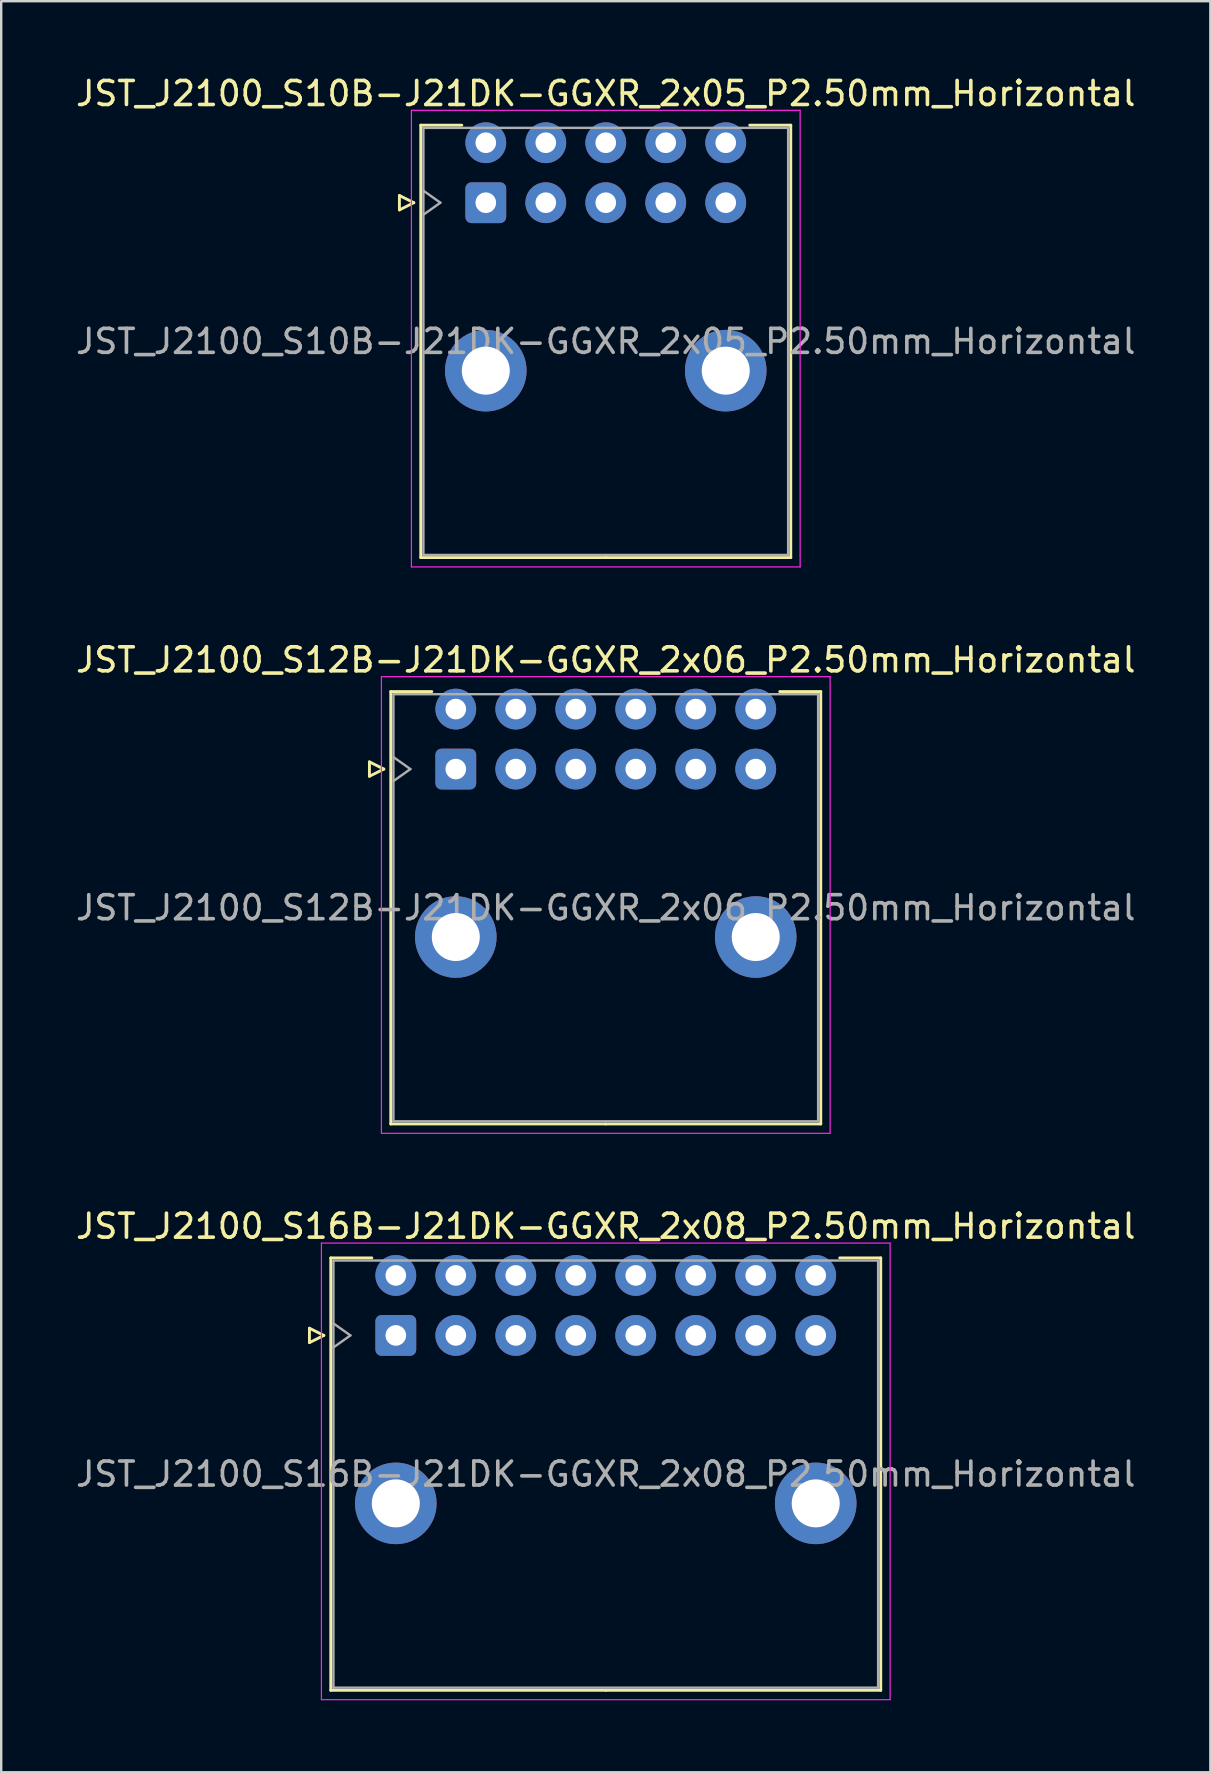
<source format=kicad_pcb>
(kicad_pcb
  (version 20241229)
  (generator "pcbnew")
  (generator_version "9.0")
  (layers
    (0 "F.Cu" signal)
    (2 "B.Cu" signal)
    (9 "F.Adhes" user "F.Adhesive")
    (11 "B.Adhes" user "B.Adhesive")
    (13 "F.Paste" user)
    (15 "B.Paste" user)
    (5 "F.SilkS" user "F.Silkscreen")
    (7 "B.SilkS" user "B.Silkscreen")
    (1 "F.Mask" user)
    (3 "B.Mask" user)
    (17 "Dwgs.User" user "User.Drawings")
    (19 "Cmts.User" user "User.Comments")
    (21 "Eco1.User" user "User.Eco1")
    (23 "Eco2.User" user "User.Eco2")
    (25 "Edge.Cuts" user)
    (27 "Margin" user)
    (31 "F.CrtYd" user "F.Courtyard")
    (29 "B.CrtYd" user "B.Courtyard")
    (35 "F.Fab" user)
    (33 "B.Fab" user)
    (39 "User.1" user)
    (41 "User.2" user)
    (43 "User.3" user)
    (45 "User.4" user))
  (footprint "JST_J2100_S16B-J21DK-GGXR_2x08_P2.50mm_Horizontal"
    (layer "F.Cu")
    (at 13.446 52.605)
    (property "Reference" "JST_J2100_S16B-J21DK-GGXR_2x08_P2.50mm_Horizontal" (at 8.75 -4.55 0) (layer "F.SilkS") (effects (font (size 1 1) (thickness 0.15))))
    (attr through_hole)
    (fp_line (start -3.6 -0.3) (end -3 0) (stroke (width 0.12) (type solid)) (layer "F.SilkS"))
    (fp_line (start -3.6 0.3) (end -3.6 -0.3) (stroke (width 0.12) (type solid)) (layer "F.SilkS"))
    (fp_line (start -3 0) (end -3.6 0.3) (stroke (width 0.12) (type solid)) (layer "F.SilkS"))
    (fp_line (start -2.71 -3.23) (end -2.71 14.79) (stroke (width 0.12) (type solid)) (layer "F.SilkS"))
    (fp_line (start -2.71 14.79) (end 8.75 14.79) (stroke (width 0.12) (type solid)) (layer "F.SilkS"))
    (fp_line (start -1 -3.23) (end -2.71 -3.23) (stroke (width 0.12) (type solid)) (layer "F.SilkS"))
    (fp_line (start 18.5 -3.23) (end 20.21 -3.23) (stroke (width 0.12) (type solid)) (layer "F.SilkS"))
    (fp_line (start 20.21 -3.23) (end 20.21 14.79) (stroke (width 0.12) (type solid)) (layer "F.SilkS"))
    (fp_line (start 20.21 14.79) (end 8.75 14.79) (stroke (width 0.12) (type solid)) (layer "F.SilkS"))
    (fp_line (start -3.1 -3.85) (end -3.1 15.18) (stroke (width 0.05) (type solid)) (layer "F.CrtYd"))
    (fp_line (start -3.1 15.18) (end 20.6 15.18) (stroke (width 0.05) (type solid)) (layer "F.CrtYd"))
    (fp_line (start 20.6 -3.85) (end -3.1 -3.85) (stroke (width 0.05) (type solid)) (layer "F.CrtYd"))
    (fp_line (start 20.6 15.18) (end 20.6 -3.85) (stroke (width 0.05) (type solid)) (layer "F.CrtYd"))
    (fp_line (start -2.6 -3.12) (end -2.6 14.68) (stroke (width 0.1) (type solid)) (layer "F.Fab"))
    (fp_line (start -2.6 0.5) (end -1.893 0) (stroke (width 0.1) (type solid)) (layer "F.Fab"))
    (fp_line (start -2.6 14.68) (end 20.1 14.68) (stroke (width 0.1) (type solid)) (layer "F.Fab"))
    (fp_line (start -1.893 0) (end -2.6 -0.5) (stroke (width 0.1) (type solid)) (layer "F.Fab"))
    (fp_line (start 20.1 -3.12) (end -2.6 -3.12) (stroke (width 0.1) (type solid)) (layer "F.Fab"))
    (fp_line (start 20.1 14.68) (end 20.1 -3.12) (stroke (width 0.1) (type solid)) (layer "F.Fab"))
    (fp_text user "${REFERENCE}" (at 8.75 5.78 0) (layer "F.Fab") (effects (font (size 1 1) (thickness 0.15))))
    (pad "" thru_hole circle (at 0 7) (size 3.4 3.4) (drill 2) (layers "*.Cu" "*.Mask"))
    (pad "" thru_hole circle (at 17.5 7) (size 3.4 3.4) (drill 2) (layers "*.Cu" "*.Mask"))
    (pad "1" thru_hole roundrect (at 0 0) (size 1.7 1.7) (drill 0.86) (layers "*.Cu" "*.Mask") (roundrect_rratio 0.147))
    (pad "2" thru_hole circle (at 2.5 0) (size 1.7 1.7) (drill 0.86) (layers "*.Cu" "*.Mask"))
    (pad "3" thru_hole circle (at 5 0) (size 1.7 1.7) (drill 0.86) (layers "*.Cu" "*.Mask"))
    (pad "4" thru_hole circle (at 7.5 0) (size 1.7 1.7) (drill 0.86) (layers "*.Cu" "*.Mask"))
    (pad "5" thru_hole circle (at 10 0) (size 1.7 1.7) (drill 0.86) (layers "*.Cu" "*.Mask"))
    (pad "6" thru_hole circle (at 12.5 0) (size 1.7 1.7) (drill 0.86) (layers "*.Cu" "*.Mask"))
    (pad "7" thru_hole circle (at 15 0) (size 1.7 1.7) (drill 0.86) (layers "*.Cu" "*.Mask"))
    (pad "8" thru_hole circle (at 17.5 0) (size 1.7 1.7) (drill 0.86) (layers "*.Cu" "*.Mask"))
    (pad "9" thru_hole circle (at 0 -2.5) (size 1.7 1.7) (drill 0.86) (layers "*.Cu" "*.Mask"))
    (pad "10" thru_hole circle (at 2.5 -2.5) (size 1.7 1.7) (drill 0.86) (layers "*.Cu" "*.Mask"))
    (pad "11" thru_hole circle (at 5 -2.5) (size 1.7 1.7) (drill 0.86) (layers "*.Cu" "*.Mask"))
    (pad "12" thru_hole circle (at 7.5 -2.5) (size 1.7 1.7) (drill 0.86) (layers "*.Cu" "*.Mask"))
    (pad "13" thru_hole circle (at 10 -2.5) (size 1.7 1.7) (drill 0.86) (layers "*.Cu" "*.Mask"))
    (pad "14" thru_hole circle (at 12.5 -2.5) (size 1.7 1.7) (drill 0.86) (layers "*.Cu" "*.Mask"))
    (pad "15" thru_hole circle (at 15 -2.5) (size 1.7 1.7) (drill 0.86) (layers "*.Cu" "*.Mask"))
    (pad "16" thru_hole circle (at 17.5 -2.5) (size 1.7 1.7) (drill 0.86) (layers "*.Cu" "*.Mask")))
  (footprint "JST_J2100_S10B-J21DK-GGXR_2x05_P2.50mm_Horizontal"
    (layer "F.Cu")
    (at 17.196 5.398)
    (property "Reference" "JST_J2100_S10B-J21DK-GGXR_2x05_P2.50mm_Horizontal" (at 5 -4.55 0) (layer "F.SilkS") (effects (font (size 1 1) (thickness 0.15))))
    (attr through_hole)
    (fp_line (start -3.6 -0.3) (end -3 0) (stroke (width 0.12) (type solid)) (layer "F.SilkS"))
    (fp_line (start -3.6 0.3) (end -3.6 -0.3) (stroke (width 0.12) (type solid)) (layer "F.SilkS"))
    (fp_line (start -3 0) (end -3.6 0.3) (stroke (width 0.12) (type solid)) (layer "F.SilkS"))
    (fp_line (start -2.71 -3.23) (end -2.71 14.79) (stroke (width 0.12) (type solid)) (layer "F.SilkS"))
    (fp_line (start -2.71 14.79) (end 5 14.79) (stroke (width 0.12) (type solid)) (layer "F.SilkS"))
    (fp_line (start -1 -3.23) (end -2.71 -3.23) (stroke (width 0.12) (type solid)) (layer "F.SilkS"))
    (fp_line (start 11 -3.23) (end 12.71 -3.23) (stroke (width 0.12) (type solid)) (layer "F.SilkS"))
    (fp_line (start 12.71 -3.23) (end 12.71 14.79) (stroke (width 0.12) (type solid)) (layer "F.SilkS"))
    (fp_line (start 12.71 14.79) (end 5 14.79) (stroke (width 0.12) (type solid)) (layer "F.SilkS"))
    (fp_line (start -3.1 -3.85) (end -3.1 15.18) (stroke (width 0.05) (type solid)) (layer "F.CrtYd"))
    (fp_line (start -3.1 15.18) (end 13.1 15.18) (stroke (width 0.05) (type solid)) (layer "F.CrtYd"))
    (fp_line (start 13.1 -3.85) (end -3.1 -3.85) (stroke (width 0.05) (type solid)) (layer "F.CrtYd"))
    (fp_line (start 13.1 15.18) (end 13.1 -3.85) (stroke (width 0.05) (type solid)) (layer "F.CrtYd"))
    (fp_line (start -2.6 -3.12) (end -2.6 14.68) (stroke (width 0.1) (type solid)) (layer "F.Fab"))
    (fp_line (start -2.6 0.5) (end -1.893 0) (stroke (width 0.1) (type solid)) (layer "F.Fab"))
    (fp_line (start -2.6 14.68) (end 12.6 14.68) (stroke (width 0.1) (type solid)) (layer "F.Fab"))
    (fp_line (start -1.893 0) (end -2.6 -0.5) (stroke (width 0.1) (type solid)) (layer "F.Fab"))
    (fp_line (start 12.6 -3.12) (end -2.6 -3.12) (stroke (width 0.1) (type solid)) (layer "F.Fab"))
    (fp_line (start 12.6 14.68) (end 12.6 -3.12) (stroke (width 0.1) (type solid)) (layer "F.Fab"))
    (fp_text user "${REFERENCE}" (at 5 5.78 0) (layer "F.Fab") (effects (font (size 1 1) (thickness 0.15))))
    (pad "" thru_hole circle (at 0 7) (size 3.4 3.4) (drill 2) (layers "*.Cu" "*.Mask"))
    (pad "" thru_hole circle (at 10 7) (size 3.4 3.4) (drill 2) (layers "*.Cu" "*.Mask"))
    (pad "1" thru_hole roundrect (at 0 0) (size 1.7 1.7) (drill 0.86) (layers "*.Cu" "*.Mask") (roundrect_rratio 0.147))
    (pad "2" thru_hole circle (at 2.5 0) (size 1.7 1.7) (drill 0.86) (layers "*.Cu" "*.Mask"))
    (pad "3" thru_hole circle (at 5 0) (size 1.7 1.7) (drill 0.86) (layers "*.Cu" "*.Mask"))
    (pad "4" thru_hole circle (at 7.5 0) (size 1.7 1.7) (drill 0.86) (layers "*.Cu" "*.Mask"))
    (pad "5" thru_hole circle (at 10 0) (size 1.7 1.7) (drill 0.86) (layers "*.Cu" "*.Mask"))
    (pad "6" thru_hole circle (at 0 -2.5) (size 1.7 1.7) (drill 0.86) (layers "*.Cu" "*.Mask"))
    (pad "7" thru_hole circle (at 2.5 -2.5) (size 1.7 1.7) (drill 0.86) (layers "*.Cu" "*.Mask"))
    (pad "8" thru_hole circle (at 5 -2.5) (size 1.7 1.7) (drill 0.86) (layers "*.Cu" "*.Mask"))
    (pad "9" thru_hole circle (at 7.5 -2.5) (size 1.7 1.7) (drill 0.86) (layers "*.Cu" "*.Mask"))
    (pad "10" thru_hole circle (at 10 -2.5) (size 1.7 1.7) (drill 0.86) (layers "*.Cu" "*.Mask")))
  (footprint "JST_J2100_S12B-J21DK-GGXR_2x06_P2.50mm_Horizontal"
    (layer "F.Cu")
    (at 15.946 29.002)
    (property "Reference" "JST_J2100_S12B-J21DK-GGXR_2x06_P2.50mm_Horizontal" (at 6.25 -4.55 0) (layer "F.SilkS") (effects (font (size 1 1) (thickness 0.15))))
    (attr through_hole)
    (fp_line (start -3.6 -0.3) (end -3 0) (stroke (width 0.12) (type solid)) (layer "F.SilkS"))
    (fp_line (start -3.6 0.3) (end -3.6 -0.3) (stroke (width 0.12) (type solid)) (layer "F.SilkS"))
    (fp_line (start -3 0) (end -3.6 0.3) (stroke (width 0.12) (type solid)) (layer "F.SilkS"))
    (fp_line (start -2.71 -3.23) (end -2.71 14.79) (stroke (width 0.12) (type solid)) (layer "F.SilkS"))
    (fp_line (start -2.71 14.79) (end 6.25 14.79) (stroke (width 0.12) (type solid)) (layer "F.SilkS"))
    (fp_line (start -1 -3.23) (end -2.71 -3.23) (stroke (width 0.12) (type solid)) (layer "F.SilkS"))
    (fp_line (start 13.5 -3.23) (end 15.21 -3.23) (stroke (width 0.12) (type solid)) (layer "F.SilkS"))
    (fp_line (start 15.21 -3.23) (end 15.21 14.79) (stroke (width 0.12) (type solid)) (layer "F.SilkS"))
    (fp_line (start 15.21 14.79) (end 6.25 14.79) (stroke (width 0.12) (type solid)) (layer "F.SilkS"))
    (fp_line (start -3.1 -3.85) (end -3.1 15.18) (stroke (width 0.05) (type solid)) (layer "F.CrtYd"))
    (fp_line (start -3.1 15.18) (end 15.6 15.18) (stroke (width 0.05) (type solid)) (layer "F.CrtYd"))
    (fp_line (start 15.6 -3.85) (end -3.1 -3.85) (stroke (width 0.05) (type solid)) (layer "F.CrtYd"))
    (fp_line (start 15.6 15.18) (end 15.6 -3.85) (stroke (width 0.05) (type solid)) (layer "F.CrtYd"))
    (fp_line (start -2.6 -3.12) (end -2.6 14.68) (stroke (width 0.1) (type solid)) (layer "F.Fab"))
    (fp_line (start -2.6 0.5) (end -1.893 0) (stroke (width 0.1) (type solid)) (layer "F.Fab"))
    (fp_line (start -2.6 14.68) (end 15.1 14.68) (stroke (width 0.1) (type solid)) (layer "F.Fab"))
    (fp_line (start -1.893 0) (end -2.6 -0.5) (stroke (width 0.1) (type solid)) (layer "F.Fab"))
    (fp_line (start 15.1 -3.12) (end -2.6 -3.12) (stroke (width 0.1) (type solid)) (layer "F.Fab"))
    (fp_line (start 15.1 14.68) (end 15.1 -3.12) (stroke (width 0.1) (type solid)) (layer "F.Fab"))
    (fp_text user "${REFERENCE}" (at 6.25 5.78 0) (layer "F.Fab") (effects (font (size 1 1) (thickness 0.15))))
    (pad "" thru_hole circle (at 0 7) (size 3.4 3.4) (drill 2) (layers "*.Cu" "*.Mask"))
    (pad "" thru_hole circle (at 12.5 7) (size 3.4 3.4) (drill 2) (layers "*.Cu" "*.Mask"))
    (pad "1" thru_hole roundrect (at 0 0) (size 1.7 1.7) (drill 0.86) (layers "*.Cu" "*.Mask") (roundrect_rratio 0.147))
    (pad "2" thru_hole circle (at 2.5 0) (size 1.7 1.7) (drill 0.86) (layers "*.Cu" "*.Mask"))
    (pad "3" thru_hole circle (at 5 0) (size 1.7 1.7) (drill 0.86) (layers "*.Cu" "*.Mask"))
    (pad "4" thru_hole circle (at 7.5 0) (size 1.7 1.7) (drill 0.86) (layers "*.Cu" "*.Mask"))
    (pad "5" thru_hole circle (at 10 0) (size 1.7 1.7) (drill 0.86) (layers "*.Cu" "*.Mask"))
    (pad "6" thru_hole circle (at 12.5 0) (size 1.7 1.7) (drill 0.86) (layers "*.Cu" "*.Mask"))
    (pad "7" thru_hole circle (at 0 -2.5) (size 1.7 1.7) (drill 0.86) (layers "*.Cu" "*.Mask"))
    (pad "8" thru_hole circle (at 2.5 -2.5) (size 1.7 1.7) (drill 0.86) (layers "*.Cu" "*.Mask"))
    (pad "9" thru_hole circle (at 5 -2.5) (size 1.7 1.7) (drill 0.86) (layers "*.Cu" "*.Mask"))
    (pad "10" thru_hole circle (at 7.5 -2.5) (size 1.7 1.7) (drill 0.86) (layers "*.Cu" "*.Mask"))
    (pad "11" thru_hole circle (at 10 -2.5) (size 1.7 1.7) (drill 0.86) (layers "*.Cu" "*.Mask"))
    (pad "12" thru_hole circle (at 12.5 -2.5) (size 1.7 1.7) (drill 0.86) (layers "*.Cu" "*.Mask")))
  (gr_rect
    (start -3 -3)
    (end 47.393 70.81)
    (stroke (width 0.1) (type default))
    (fill no)
    (layer "Edge.Cuts")))
</source>
